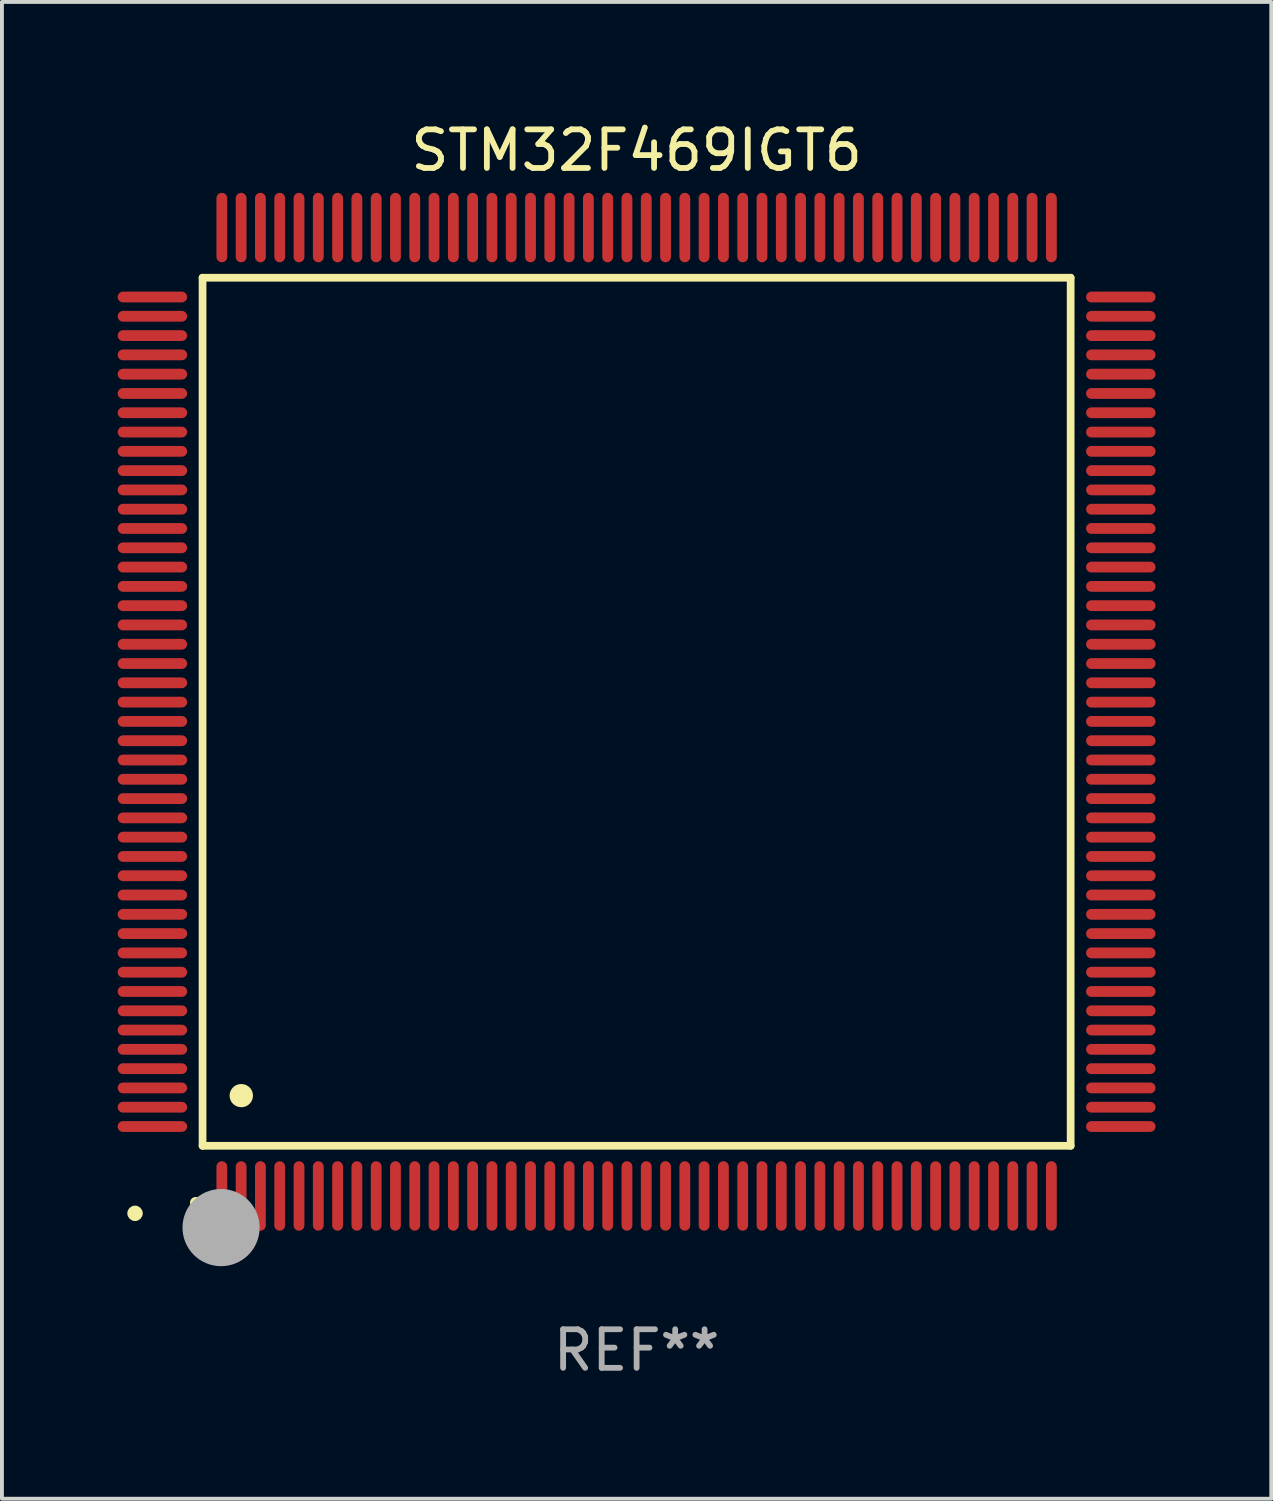
<source format=kicad_pcb>
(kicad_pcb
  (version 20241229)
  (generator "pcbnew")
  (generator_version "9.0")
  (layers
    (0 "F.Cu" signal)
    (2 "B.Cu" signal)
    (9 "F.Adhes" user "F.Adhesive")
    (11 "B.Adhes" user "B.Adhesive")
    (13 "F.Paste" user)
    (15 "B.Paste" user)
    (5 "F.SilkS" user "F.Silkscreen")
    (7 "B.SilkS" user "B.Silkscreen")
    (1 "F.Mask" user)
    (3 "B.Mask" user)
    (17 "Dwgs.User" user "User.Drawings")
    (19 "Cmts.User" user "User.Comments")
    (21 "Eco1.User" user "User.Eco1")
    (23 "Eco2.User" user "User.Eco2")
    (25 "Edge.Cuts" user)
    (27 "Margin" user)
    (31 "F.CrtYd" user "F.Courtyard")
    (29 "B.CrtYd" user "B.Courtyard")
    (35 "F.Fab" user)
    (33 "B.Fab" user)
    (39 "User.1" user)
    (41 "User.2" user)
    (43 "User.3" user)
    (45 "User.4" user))
  (footprint "STM32F469IGT6"
    (layer "F.Cu")
    (at 13.45 15.398)
    (property "Reference" "STM32F469IGT6" (at 0 -14.55 0) (layer "F.SilkS") (effects (font (size 1 1) (thickness 0.15))))
    (attr through_hole)
    (fp_line (start -11.25 -11.25) (end 11.25 -11.25) (stroke (width 0.2) (type solid)) (layer "F.SilkS"))
    (fp_line (start -11.25 11.25) (end -11.25 -11.25) (stroke (width 0.2) (type solid)) (layer "F.SilkS"))
    (fp_line (start 11.25 -11.25) (end 11.25 11.25) (stroke (width 0.2) (type solid)) (layer "F.SilkS"))
    (fp_line (start 11.25 11.25) (end -11.25 11.25) (stroke (width 0.2) (type solid)) (layer "F.SilkS"))
    (fp_arc (start -11.424943 12.725425) (mid -11.423673 12.72542) (end -11.422403 12.725425) (stroke (width 0.3) (type solid)) (layer "F.SilkS"))
    (fp_arc (start -10.24892 9.9492) (mid -10.24638 9.949189) (end -10.24384 9.9492) (stroke (width 0.6) (type solid)) (layer "F.SilkS"))
    (fp_circle (center -13 13) (end -12.9 13) (stroke (width 0.2) (type solid)) (fill no) (layer "F.SilkS"))
    (fp_circle (center -10.77 13.37) (end -10.27 13.37) (stroke (width 1) (type solid)) (fill no) (layer "F.Fab"))
    (fp_text user "REF**" (at 0 16.55 0) (layer "F.Fab") (effects (font (size 1 1) (thickness 0.15))))
    (pad "1" smd oval (at -10.75 12.55) (size 0.28 1.8) (layers "F.Cu" "F.Mask" "F.Paste"))
    (pad "2" smd oval (at -10.25 12.55) (size 0.28 1.8) (layers "F.Cu" "F.Mask" "F.Paste"))
    (pad "3" smd oval (at -9.75 12.55) (size 0.28 1.8) (layers "F.Cu" "F.Mask" "F.Paste"))
    (pad "4" smd oval (at -9.25 12.55) (size 0.28 1.8) (layers "F.Cu" "F.Mask" "F.Paste"))
    (pad "5" smd oval (at -8.75 12.55) (size 0.28 1.8) (layers "F.Cu" "F.Mask" "F.Paste"))
    (pad "6" smd oval (at -8.25 12.55) (size 0.28 1.8) (layers "F.Cu" "F.Mask" "F.Paste"))
    (pad "7" smd oval (at -7.75 12.55) (size 0.28 1.8) (layers "F.Cu" "F.Mask" "F.Paste"))
    (pad "8" smd oval (at -7.25 12.55) (size 0.28 1.8) (layers "F.Cu" "F.Mask" "F.Paste"))
    (pad "9" smd oval (at -6.75 12.55) (size 0.28 1.8) (layers "F.Cu" "F.Mask" "F.Paste"))
    (pad "10" smd oval (at -6.25 12.55) (size 0.28 1.8) (layers "F.Cu" "F.Mask" "F.Paste"))
    (pad "11" smd oval (at -5.75 12.55) (size 0.28 1.8) (layers "F.Cu" "F.Mask" "F.Paste"))
    (pad "12" smd oval (at -5.25 12.55) (size 0.28 1.8) (layers "F.Cu" "F.Mask" "F.Paste"))
    (pad "13" smd oval (at -4.75 12.55) (size 0.28 1.8) (layers "F.Cu" "F.Mask" "F.Paste"))
    (pad "14" smd oval (at -4.25 12.55) (size 0.28 1.8) (layers "F.Cu" "F.Mask" "F.Paste"))
    (pad "15" smd oval (at -3.75 12.55) (size 0.28 1.8) (layers "F.Cu" "F.Mask" "F.Paste"))
    (pad "16" smd oval (at -3.25 12.55) (size 0.28 1.8) (layers "F.Cu" "F.Mask" "F.Paste"))
    (pad "17" smd oval (at -2.75 12.55) (size 0.28 1.8) (layers "F.Cu" "F.Mask" "F.Paste"))
    (pad "18" smd oval (at -2.25 12.55) (size 0.28 1.8) (layers "F.Cu" "F.Mask" "F.Paste"))
    (pad "19" smd oval (at -1.75 12.55) (size 0.28 1.8) (layers "F.Cu" "F.Mask" "F.Paste"))
    (pad "20" smd oval (at -1.25 12.55) (size 0.28 1.8) (layers "F.Cu" "F.Mask" "F.Paste"))
    (pad "21" smd oval (at -0.75 12.55) (size 0.28 1.8) (layers "F.Cu" "F.Mask" "F.Paste"))
    (pad "22" smd oval (at -0.25 12.55) (size 0.28 1.8) (layers "F.Cu" "F.Mask" "F.Paste"))
    (pad "23" smd oval (at 0.25 12.55) (size 0.28 1.8) (layers "F.Cu" "F.Mask" "F.Paste"))
    (pad "24" smd oval (at 0.75 12.55) (size 0.28 1.8) (layers "F.Cu" "F.Mask" "F.Paste"))
    (pad "25" smd oval (at 1.25 12.55) (size 0.28 1.8) (layers "F.Cu" "F.Mask" "F.Paste"))
    (pad "26" smd oval (at 1.75 12.55) (size 0.28 1.8) (layers "F.Cu" "F.Mask" "F.Paste"))
    (pad "27" smd oval (at 2.25 12.55) (size 0.28 1.8) (layers "F.Cu" "F.Mask" "F.Paste"))
    (pad "28" smd oval (at 2.75 12.55) (size 0.28 1.8) (layers "F.Cu" "F.Mask" "F.Paste"))
    (pad "29" smd oval (at 3.25 12.55) (size 0.28 1.8) (layers "F.Cu" "F.Mask" "F.Paste"))
    (pad "30" smd oval (at 3.75 12.55) (size 0.28 1.8) (layers "F.Cu" "F.Mask" "F.Paste"))
    (pad "31" smd oval (at 4.25 12.55) (size 0.28 1.8) (layers "F.Cu" "F.Mask" "F.Paste"))
    (pad "32" smd oval (at 4.75 12.55) (size 0.28 1.8) (layers "F.Cu" "F.Mask" "F.Paste"))
    (pad "33" smd oval (at 5.25 12.55) (size 0.28 1.8) (layers "F.Cu" "F.Mask" "F.Paste"))
    (pad "34" smd oval (at 5.75 12.55) (size 0.28 1.8) (layers "F.Cu" "F.Mask" "F.Paste"))
    (pad "35" smd oval (at 6.25 12.55) (size 0.28 1.8) (layers "F.Cu" "F.Mask" "F.Paste"))
    (pad "36" smd oval (at 6.75 12.55) (size 0.28 1.8) (layers "F.Cu" "F.Mask" "F.Paste"))
    (pad "37" smd oval (at 7.25 12.55) (size 0.28 1.8) (layers "F.Cu" "F.Mask" "F.Paste"))
    (pad "38" smd oval (at 7.75 12.55) (size 0.28 1.8) (layers "F.Cu" "F.Mask" "F.Paste"))
    (pad "39" smd oval (at 8.25 12.55) (size 0.28 1.8) (layers "F.Cu" "F.Mask" "F.Paste"))
    (pad "40" smd oval (at 8.75 12.55) (size 0.28 1.8) (layers "F.Cu" "F.Mask" "F.Paste"))
    (pad "41" smd oval (at 9.25 12.55) (size 0.28 1.8) (layers "F.Cu" "F.Mask" "F.Paste"))
    (pad "42" smd oval (at 9.75 12.55) (size 0.28 1.8) (layers "F.Cu" "F.Mask" "F.Paste"))
    (pad "43" smd oval (at 10.25 12.55) (size 0.28 1.8) (layers "F.Cu" "F.Mask" "F.Paste"))
    (pad "44" smd oval (at 10.75 12.55) (size 0.28 1.8) (layers "F.Cu" "F.Mask" "F.Paste"))
    (pad "45" smd oval (at 12.55 10.75) (size 1.8 0.28) (layers "F.Cu" "F.Mask" "F.Paste"))
    (pad "46" smd oval (at 12.55 10.25) (size 1.8 0.28) (layers "F.Cu" "F.Mask" "F.Paste"))
    (pad "47" smd oval (at 12.55 9.75) (size 1.8 0.28) (layers "F.Cu" "F.Mask" "F.Paste"))
    (pad "48" smd oval (at 12.55 9.25) (size 1.8 0.28) (layers "F.Cu" "F.Mask" "F.Paste"))
    (pad "49" smd oval (at 12.55 8.75) (size 1.8 0.28) (layers "F.Cu" "F.Mask" "F.Paste"))
    (pad "50" smd oval (at 12.55 8.25) (size 1.8 0.28) (layers "F.Cu" "F.Mask" "F.Paste"))
    (pad "51" smd oval (at 12.55 7.75) (size 1.8 0.28) (layers "F.Cu" "F.Mask" "F.Paste"))
    (pad "52" smd oval (at 12.55 7.25) (size 1.8 0.28) (layers "F.Cu" "F.Mask" "F.Paste"))
    (pad "53" smd oval (at 12.55 6.75) (size 1.8 0.28) (layers "F.Cu" "F.Mask" "F.Paste"))
    (pad "54" smd oval (at 12.55 6.25) (size 1.8 0.28) (layers "F.Cu" "F.Mask" "F.Paste"))
    (pad "55" smd oval (at 12.55 5.75) (size 1.8 0.28) (layers "F.Cu" "F.Mask" "F.Paste"))
    (pad "56" smd oval (at 12.55 5.25) (size 1.8 0.28) (layers "F.Cu" "F.Mask" "F.Paste"))
    (pad "57" smd oval (at 12.55 4.75) (size 1.8 0.28) (layers "F.Cu" "F.Mask" "F.Paste"))
    (pad "58" smd oval (at 12.55 4.25) (size 1.8 0.28) (layers "F.Cu" "F.Mask" "F.Paste"))
    (pad "59" smd oval (at 12.55 3.75) (size 1.8 0.28) (layers "F.Cu" "F.Mask" "F.Paste"))
    (pad "60" smd oval (at 12.55 3.25) (size 1.8 0.28) (layers "F.Cu" "F.Mask" "F.Paste"))
    (pad "61" smd oval (at 12.55 2.75) (size 1.8 0.28) (layers "F.Cu" "F.Mask" "F.Paste"))
    (pad "62" smd oval (at 12.55 2.25) (size 1.8 0.28) (layers "F.Cu" "F.Mask" "F.Paste"))
    (pad "63" smd oval (at 12.55 1.75) (size 1.8 0.28) (layers "F.Cu" "F.Mask" "F.Paste"))
    (pad "64" smd oval (at 12.55 1.25) (size 1.8 0.28) (layers "F.Cu" "F.Mask" "F.Paste"))
    (pad "65" smd oval (at 12.55 0.75) (size 1.8 0.28) (layers "F.Cu" "F.Mask" "F.Paste"))
    (pad "66" smd oval (at 12.55 0.25) (size 1.8 0.28) (layers "F.Cu" "F.Mask" "F.Paste"))
    (pad "67" smd oval (at 12.55 -0.25) (size 1.8 0.28) (layers "F.Cu" "F.Mask" "F.Paste"))
    (pad "68" smd oval (at 12.55 -0.75) (size 1.8 0.28) (layers "F.Cu" "F.Mask" "F.Paste"))
    (pad "69" smd oval (at 12.55 -1.25) (size 1.8 0.28) (layers "F.Cu" "F.Mask" "F.Paste"))
    (pad "70" smd oval (at 12.55 -1.75) (size 1.8 0.28) (layers "F.Cu" "F.Mask" "F.Paste"))
    (pad "71" smd oval (at 12.55 -2.25) (size 1.8 0.28) (layers "F.Cu" "F.Mask" "F.Paste"))
    (pad "72" smd oval (at 12.55 -2.75) (size 1.8 0.28) (layers "F.Cu" "F.Mask" "F.Paste"))
    (pad "73" smd oval (at 12.55 -3.25) (size 1.8 0.28) (layers "F.Cu" "F.Mask" "F.Paste"))
    (pad "74" smd oval (at 12.55 -3.75) (size 1.8 0.28) (layers "F.Cu" "F.Mask" "F.Paste"))
    (pad "75" smd oval (at 12.55 -4.25) (size 1.8 0.28) (layers "F.Cu" "F.Mask" "F.Paste"))
    (pad "76" smd oval (at 12.55 -4.75) (size 1.8 0.28) (layers "F.Cu" "F.Mask" "F.Paste"))
    (pad "77" smd oval (at 12.55 -5.25) (size 1.8 0.28) (layers "F.Cu" "F.Mask" "F.Paste"))
    (pad "78" smd oval (at 12.55 -5.75) (size 1.8 0.28) (layers "F.Cu" "F.Mask" "F.Paste"))
    (pad "79" smd oval (at 12.55 -6.25) (size 1.8 0.28) (layers "F.Cu" "F.Mask" "F.Paste"))
    (pad "80" smd oval (at 12.55 -6.75) (size 1.8 0.28) (layers "F.Cu" "F.Mask" "F.Paste"))
    (pad "81" smd oval (at 12.55 -7.25) (size 1.8 0.28) (layers "F.Cu" "F.Mask" "F.Paste"))
    (pad "82" smd oval (at 12.55 -7.75) (size 1.8 0.28) (layers "F.Cu" "F.Mask" "F.Paste"))
    (pad "83" smd oval (at 12.55 -8.25) (size 1.8 0.28) (layers "F.Cu" "F.Mask" "F.Paste"))
    (pad "84" smd oval (at 12.55 -8.75) (size 1.8 0.28) (layers "F.Cu" "F.Mask" "F.Paste"))
    (pad "85" smd oval (at 12.55 -9.25) (size 1.8 0.28) (layers "F.Cu" "F.Mask" "F.Paste"))
    (pad "86" smd oval (at 12.55 -9.75) (size 1.8 0.28) (layers "F.Cu" "F.Mask" "F.Paste"))
    (pad "87" smd oval (at 12.55 -10.25) (size 1.8 0.28) (layers "F.Cu" "F.Mask" "F.Paste"))
    (pad "88" smd oval (at 12.55 -10.75) (size 1.8 0.28) (layers "F.Cu" "F.Mask" "F.Paste"))
    (pad "89" smd oval (at 10.75 -12.55) (size 0.28 1.8) (layers "F.Cu" "F.Mask" "F.Paste"))
    (pad "90" smd oval (at 10.25 -12.55) (size 0.28 1.8) (layers "F.Cu" "F.Mask" "F.Paste"))
    (pad "91" smd oval (at 9.75 -12.55) (size 0.28 1.8) (layers "F.Cu" "F.Mask" "F.Paste"))
    (pad "92" smd oval (at 9.25 -12.55) (size 0.28 1.8) (layers "F.Cu" "F.Mask" "F.Paste"))
    (pad "93" smd oval (at 8.75 -12.55) (size 0.28 1.8) (layers "F.Cu" "F.Mask" "F.Paste"))
    (pad "94" smd oval (at 8.25 -12.55) (size 0.28 1.8) (layers "F.Cu" "F.Mask" "F.Paste"))
    (pad "95" smd oval (at 7.75 -12.55) (size 0.28 1.8) (layers "F.Cu" "F.Mask" "F.Paste"))
    (pad "96" smd oval (at 7.25 -12.55) (size 0.28 1.8) (layers "F.Cu" "F.Mask" "F.Paste"))
    (pad "97" smd oval (at 6.75 -12.55) (size 0.28 1.8) (layers "F.Cu" "F.Mask" "F.Paste"))
    (pad "98" smd oval (at 6.25 -12.55) (size 0.28 1.8) (layers "F.Cu" "F.Mask" "F.Paste"))
    (pad "99" smd oval (at 5.75 -12.55) (size 0.28 1.8) (layers "F.Cu" "F.Mask" "F.Paste"))
    (pad "100" smd oval (at 5.25 -12.55) (size 0.28 1.8) (layers "F.Cu" "F.Mask" "F.Paste"))
    (pad "101" smd oval (at 4.75 -12.55) (size 0.28 1.8) (layers "F.Cu" "F.Mask" "F.Paste"))
    (pad "102" smd oval (at 4.25 -12.55) (size 0.28 1.8) (layers "F.Cu" "F.Mask" "F.Paste"))
    (pad "103" smd oval (at 3.75 -12.55) (size 0.28 1.8) (layers "F.Cu" "F.Mask" "F.Paste"))
    (pad "104" smd oval (at 3.25 -12.55) (size 0.28 1.8) (layers "F.Cu" "F.Mask" "F.Paste"))
    (pad "105" smd oval (at 2.75 -12.55) (size 0.28 1.8) (layers "F.Cu" "F.Mask" "F.Paste"))
    (pad "106" smd oval (at 2.25 -12.55) (size 0.28 1.8) (layers "F.Cu" "F.Mask" "F.Paste"))
    (pad "107" smd oval (at 1.75 -12.55) (size 0.28 1.8) (layers "F.Cu" "F.Mask" "F.Paste"))
    (pad "108" smd oval (at 1.25 -12.55) (size 0.28 1.8) (layers "F.Cu" "F.Mask" "F.Paste"))
    (pad "109" smd oval (at 0.75 -12.55) (size 0.28 1.8) (layers "F.Cu" "F.Mask" "F.Paste"))
    (pad "110" smd oval (at 0.25 -12.55) (size 0.28 1.8) (layers "F.Cu" "F.Mask" "F.Paste"))
    (pad "111" smd oval (at -0.25 -12.55) (size 0.28 1.8) (layers "F.Cu" "F.Mask" "F.Paste"))
    (pad "112" smd oval (at -0.75 -12.55) (size 0.28 1.8) (layers "F.Cu" "F.Mask" "F.Paste"))
    (pad "113" smd oval (at -1.25 -12.55) (size 0.28 1.8) (layers "F.Cu" "F.Mask" "F.Paste"))
    (pad "114" smd oval (at -1.75 -12.55) (size 0.28 1.8) (layers "F.Cu" "F.Mask" "F.Paste"))
    (pad "115" smd oval (at -2.25 -12.55) (size 0.28 1.8) (layers "F.Cu" "F.Mask" "F.Paste"))
    (pad "116" smd oval (at -2.75 -12.55) (size 0.28 1.8) (layers "F.Cu" "F.Mask" "F.Paste"))
    (pad "117" smd oval (at -3.25 -12.55) (size 0.28 1.8) (layers "F.Cu" "F.Mask" "F.Paste"))
    (pad "118" smd oval (at -3.75 -12.55) (size 0.28 1.8) (layers "F.Cu" "F.Mask" "F.Paste"))
    (pad "119" smd oval (at -4.25 -12.55) (size 0.28 1.8) (layers "F.Cu" "F.Mask" "F.Paste"))
    (pad "120" smd oval (at -4.75 -12.55) (size 0.28 1.8) (layers "F.Cu" "F.Mask" "F.Paste"))
    (pad "121" smd oval (at -5.25 -12.55) (size 0.28 1.8) (layers "F.Cu" "F.Mask" "F.Paste"))
    (pad "122" smd oval (at -5.75 -12.55) (size 0.28 1.8) (layers "F.Cu" "F.Mask" "F.Paste"))
    (pad "123" smd oval (at -6.25 -12.55) (size 0.28 1.8) (layers "F.Cu" "F.Mask" "F.Paste"))
    (pad "124" smd oval (at -6.75 -12.55) (size 0.28 1.8) (layers "F.Cu" "F.Mask" "F.Paste"))
    (pad "125" smd oval (at -7.25 -12.55) (size 0.28 1.8) (layers "F.Cu" "F.Mask" "F.Paste"))
    (pad "126" smd oval (at -7.75 -12.55) (size 0.28 1.8) (layers "F.Cu" "F.Mask" "F.Paste"))
    (pad "127" smd oval (at -8.25 -12.55) (size 0.28 1.8) (layers "F.Cu" "F.Mask" "F.Paste"))
    (pad "128" smd oval (at -8.75 -12.55) (size 0.28 1.8) (layers "F.Cu" "F.Mask" "F.Paste"))
    (pad "129" smd oval (at -9.25 -12.55) (size 0.28 1.8) (layers "F.Cu" "F.Mask" "F.Paste"))
    (pad "130" smd oval (at -9.75 -12.55) (size 0.28 1.8) (layers "F.Cu" "F.Mask" "F.Paste"))
    (pad "131" smd oval (at -10.25 -12.55) (size 0.28 1.8) (layers "F.Cu" "F.Mask" "F.Paste"))
    (pad "132" smd oval (at -10.75 -12.55) (size 0.28 1.8) (layers "F.Cu" "F.Mask" "F.Paste"))
    (pad "133" smd oval (at -12.55 -10.75) (size 1.8 0.28) (layers "F.Cu" "F.Mask" "F.Paste"))
    (pad "134" smd oval (at -12.55 -10.25) (size 1.8 0.28) (layers "F.Cu" "F.Mask" "F.Paste"))
    (pad "135" smd oval (at -12.55 -9.75) (size 1.8 0.28) (layers "F.Cu" "F.Mask" "F.Paste"))
    (pad "136" smd oval (at -12.55 -9.25) (size 1.8 0.28) (layers "F.Cu" "F.Mask" "F.Paste"))
    (pad "137" smd oval (at -12.55 -8.75) (size 1.8 0.28) (layers "F.Cu" "F.Mask" "F.Paste"))
    (pad "138" smd oval (at -12.55 -8.25) (size 1.8 0.28) (layers "F.Cu" "F.Mask" "F.Paste"))
    (pad "139" smd oval (at -12.55 -7.75) (size 1.8 0.28) (layers "F.Cu" "F.Mask" "F.Paste"))
    (pad "140" smd oval (at -12.55 -7.25) (size 1.8 0.28) (layers "F.Cu" "F.Mask" "F.Paste"))
    (pad "141" smd oval (at -12.55 -6.75) (size 1.8 0.28) (layers "F.Cu" "F.Mask" "F.Paste"))
    (pad "142" smd oval (at -12.55 -6.25) (size 1.8 0.28) (layers "F.Cu" "F.Mask" "F.Paste"))
    (pad "143" smd oval (at -12.55 -5.75) (size 1.8 0.28) (layers "F.Cu" "F.Mask" "F.Paste"))
    (pad "144" smd oval (at -12.55 -5.25) (size 1.8 0.28) (layers "F.Cu" "F.Mask" "F.Paste"))
    (pad "145" smd oval (at -12.55 -4.75) (size 1.8 0.28) (layers "F.Cu" "F.Mask" "F.Paste"))
    (pad "146" smd oval (at -12.55 -4.25) (size 1.8 0.28) (layers "F.Cu" "F.Mask" "F.Paste"))
    (pad "147" smd oval (at -12.55 -3.75) (size 1.8 0.28) (layers "F.Cu" "F.Mask" "F.Paste"))
    (pad "148" smd oval (at -12.55 -3.25) (size 1.8 0.28) (layers "F.Cu" "F.Mask" "F.Paste"))
    (pad "149" smd oval (at -12.55 -2.75) (size 1.8 0.28) (layers "F.Cu" "F.Mask" "F.Paste"))
    (pad "150" smd oval (at -12.55 -2.25) (size 1.8 0.28) (layers "F.Cu" "F.Mask" "F.Paste"))
    (pad "151" smd oval (at -12.55 -1.75) (size 1.8 0.28) (layers "F.Cu" "F.Mask" "F.Paste"))
    (pad "152" smd oval (at -12.55 -1.25) (size 1.8 0.28) (layers "F.Cu" "F.Mask" "F.Paste"))
    (pad "153" smd oval (at -12.55 -0.75) (size 1.8 0.28) (layers "F.Cu" "F.Mask" "F.Paste"))
    (pad "154" smd oval (at -12.55 -0.25) (size 1.8 0.28) (layers "F.Cu" "F.Mask" "F.Paste"))
    (pad "155" smd oval (at -12.55 0.25) (size 1.8 0.28) (layers "F.Cu" "F.Mask" "F.Paste"))
    (pad "156" smd oval (at -12.55 0.75) (size 1.8 0.28) (layers "F.Cu" "F.Mask" "F.Paste"))
    (pad "157" smd oval (at -12.55 1.25) (size 1.8 0.28) (layers "F.Cu" "F.Mask" "F.Paste"))
    (pad "158" smd oval (at -12.55 1.75) (size 1.8 0.28) (layers "F.Cu" "F.Mask" "F.Paste"))
    (pad "159" smd oval (at -12.55 2.25) (size 1.8 0.28) (layers "F.Cu" "F.Mask" "F.Paste"))
    (pad "160" smd oval (at -12.55 2.75) (size 1.8 0.28) (layers "F.Cu" "F.Mask" "F.Paste"))
    (pad "161" smd oval (at -12.55 3.25) (size 1.8 0.28) (layers "F.Cu" "F.Mask" "F.Paste"))
    (pad "162" smd oval (at -12.55 3.75) (size 1.8 0.28) (layers "F.Cu" "F.Mask" "F.Paste"))
    (pad "163" smd oval (at -12.55 4.25) (size 1.8 0.28) (layers "F.Cu" "F.Mask" "F.Paste"))
    (pad "164" smd oval (at -12.55 4.75) (size 1.8 0.28) (layers "F.Cu" "F.Mask" "F.Paste"))
    (pad "165" smd oval (at -12.55 5.25) (size 1.8 0.28) (layers "F.Cu" "F.Mask" "F.Paste"))
    (pad "166" smd oval (at -12.55 5.75) (size 1.8 0.28) (layers "F.Cu" "F.Mask" "F.Paste"))
    (pad "167" smd oval (at -12.55 6.25) (size 1.8 0.28) (layers "F.Cu" "F.Mask" "F.Paste"))
    (pad "168" smd oval (at -12.55 6.75) (size 1.8 0.28) (layers "F.Cu" "F.Mask" "F.Paste"))
    (pad "169" smd oval (at -12.55 7.25) (size 1.8 0.28) (layers "F.Cu" "F.Mask" "F.Paste"))
    (pad "170" smd oval (at -12.55 7.75) (size 1.8 0.28) (layers "F.Cu" "F.Mask" "F.Paste"))
    (pad "171" smd oval (at -12.55 8.25) (size 1.8 0.28) (layers "F.Cu" "F.Mask" "F.Paste"))
    (pad "172" smd oval (at -12.55 8.75) (size 1.8 0.28) (layers "F.Cu" "F.Mask" "F.Paste"))
    (pad "173" smd oval (at -12.55 9.25) (size 1.8 0.28) (layers "F.Cu" "F.Mask" "F.Paste"))
    (pad "174" smd oval (at -12.55 9.75) (size 1.8 0.28) (layers "F.Cu" "F.Mask" "F.Paste"))
    (pad "175" smd oval (at -12.55 10.25) (size 1.8 0.28) (layers "F.Cu" "F.Mask" "F.Paste"))
    (pad "176" smd oval (at -12.55 10.75) (size 1.8 0.28) (layers "F.Cu" "F.Mask" "F.Paste")))
  (gr_rect
    (start -3 -3)
    (end 29.9 35.796)
    (stroke (width 0.1) (type default))
    (fill no)
    (layer "Edge.Cuts")))
</source>
